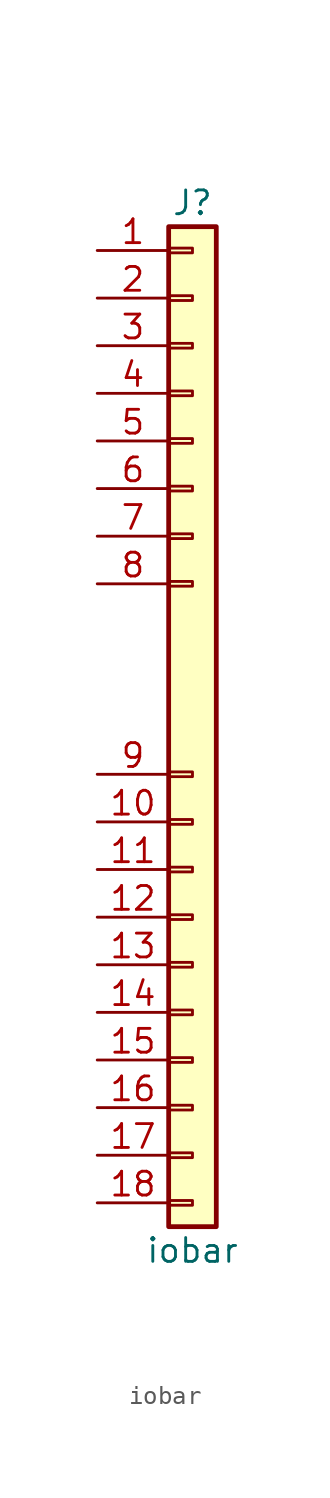
<source format=kicad_sym>
(kicad_symbol_lib
  (version 20241209)
  (generator "kicad_symbol_editor")
  (generator_version "9.0")
  (symbol "iobar"
    (property "Reference" "J"
      (at 0 27.94 0)
      (effects (font (size 1.27 1.27))))
    (property "Value" "iobar"
      (at 0 -27.94 0)
      (effects (font (size 1.27 1.27))))
    (symbol "iobar_1_1"
      (rectangle (start -1.27 26.67) (end 1.27 -26.67) (stroke (width 0.254) (type default)) (fill (type background)))
      (rectangle (start -1.27 25.527) (end 0 25.273) (stroke (width 0.152) (type default)) (fill (type none)))
      (rectangle (start -1.27 22.987) (end 0 22.733) (stroke (width 0.152) (type default)) (fill (type none)))
      (rectangle (start -1.27 20.447) (end 0 20.193) (stroke (width 0.152) (type default)) (fill (type none)))
      (rectangle (start -1.27 17.907) (end 0 17.653) (stroke (width 0.152) (type default)) (fill (type none)))
      (rectangle (start -1.27 15.367) (end 0 15.113) (stroke (width 0.152) (type default)) (fill (type none)))
      (rectangle (start -1.27 12.827) (end 0 12.573) (stroke (width 0.152) (type default)) (fill (type none)))
      (rectangle (start -1.27 10.287) (end 0 10.033) (stroke (width 0.152) (type default)) (fill (type none)))
      (rectangle (start -1.27 7.747) (end 0 7.493) (stroke (width 0.152) (type default)) (fill (type none)))
      (rectangle (start -1.27 -2.413) (end 0 -2.667) (stroke (width 0.152) (type default)) (fill (type none)))
      (rectangle (start -1.27 -4.953) (end 0 -5.207) (stroke (width 0.152) (type default)) (fill (type none)))
      (rectangle (start -1.27 -7.493) (end 0 -7.747) (stroke (width 0.152) (type default)) (fill (type none)))
      (rectangle (start -1.27 -10.033) (end 0 -10.287) (stroke (width 0.152) (type default)) (fill (type none)))
      (rectangle (start -1.27 -12.573) (end 0 -12.827) (stroke (width 0.152) (type default)) (fill (type none)))
      (rectangle (start -1.27 -15.113) (end 0 -15.367) (stroke (width 0.152) (type default)) (fill (type none)))
      (rectangle (start -1.27 -17.653) (end 0 -17.907) (stroke (width 0.152) (type default)) (fill (type none)))
      (rectangle (start -1.27 -20.193) (end 0 -20.447) (stroke (width 0.152) (type default)) (fill (type none)))
      (rectangle (start -1.27 -22.733) (end 0 -22.987) (stroke (width 0.152) (type default)) (fill (type none)))
      (rectangle (start -1.27 -25.273) (end 0 -25.527) (stroke (width 0.152) (type default)) (fill (type none)))
      (pin power_in line (at -5.08 25.4 0) (length 3.81) (name "" (effects (font (size 1.27 1.27)))) (number "1" (effects (font (size 1.27 1.27)))))
      (pin passive line (at -5.08 22.86 0) (length 3.81) (name "" (effects (font (size 1.27 1.27)))) (number "2" (effects (font (size 1.27 1.27)))))
      (pin passive line (at -5.08 20.32 0) (length 3.81) (name "" (effects (font (size 1.27 1.27)))) (number "3" (effects (font (size 1.27 1.27)))))
      (pin passive line (at -5.08 17.78 0) (length 3.81) (name "" (effects (font (size 1.27 1.27)))) (number "4" (effects (font (size 1.27 1.27)))))
      (pin passive line (at -5.08 15.24 0) (length 3.81) (name "" (effects (font (size 1.27 1.27)))) (number "5" (effects (font (size 1.27 1.27)))))
      (pin passive line (at -5.08 12.7 0) (length 3.81) (name "" (effects (font (size 1.27 1.27)))) (number "6" (effects (font (size 1.27 1.27)))))
      (pin passive line (at -5.08 10.16 0) (length 3.81) (name "" (effects (font (size 1.27 1.27)))) (number "7" (effects (font (size 1.27 1.27)))))
      (pin power_in line (at -5.08 7.62 0) (length 3.81) (name "" (effects (font (size 1.27 1.27)))) (number "8" (effects (font (size 1.27 1.27)))))
      (pin power_in line (at -5.08 -2.54 0) (length 3.81) (name "" (effects (font (size 1.27 1.27)))) (number "9" (effects (font (size 1.27 1.27)))))
      (pin passive line (at -5.08 -5.08 0) (length 3.81) (name "" (effects (font (size 1.27 1.27)))) (number "10" (effects (font (size 1.27 1.27)))))
      (pin power_in line (at -5.08 -7.62 0) (length 3.81) (name "" (effects (font (size 1.27 1.27)))) (number "11" (effects (font (size 1.27 1.27)))))
      (pin passive line (at -5.08 -10.16 0) (length 3.81) (name "" (effects (font (size 1.27 1.27)))) (number "12" (effects (font (size 1.27 1.27)))))
      (pin passive line (at -5.08 -12.7 0) (length 3.81) (name "" (effects (font (size 1.27 1.27)))) (number "13" (effects (font (size 1.27 1.27)))))
      (pin passive line (at -5.08 -15.24 0) (length 3.81) (name "" (effects (font (size 1.27 1.27)))) (number "14" (effects (font (size 1.27 1.27)))))
      (pin passive line (at -5.08 -17.78 0) (length 3.81) (name "" (effects (font (size 1.27 1.27)))) (number "15" (effects (font (size 1.27 1.27)))))
      (pin passive line (at -5.08 -20.32 0) (length 3.81) (name "" (effects (font (size 1.27 1.27)))) (number "16" (effects (font (size 1.27 1.27)))))
      (pin passive line (at -5.08 -22.86 0) (length 3.81) (name "" (effects (font (size 1.27 1.27)))) (number "17" (effects (font (size 1.27 1.27)))))
      (pin power_in line (at -5.08 -25.4 0) (length 3.81) (name "" (effects (font (size 1.27 1.27)))) (number "18" (effects (font (size 1.27 1.27))))))))
</source>
